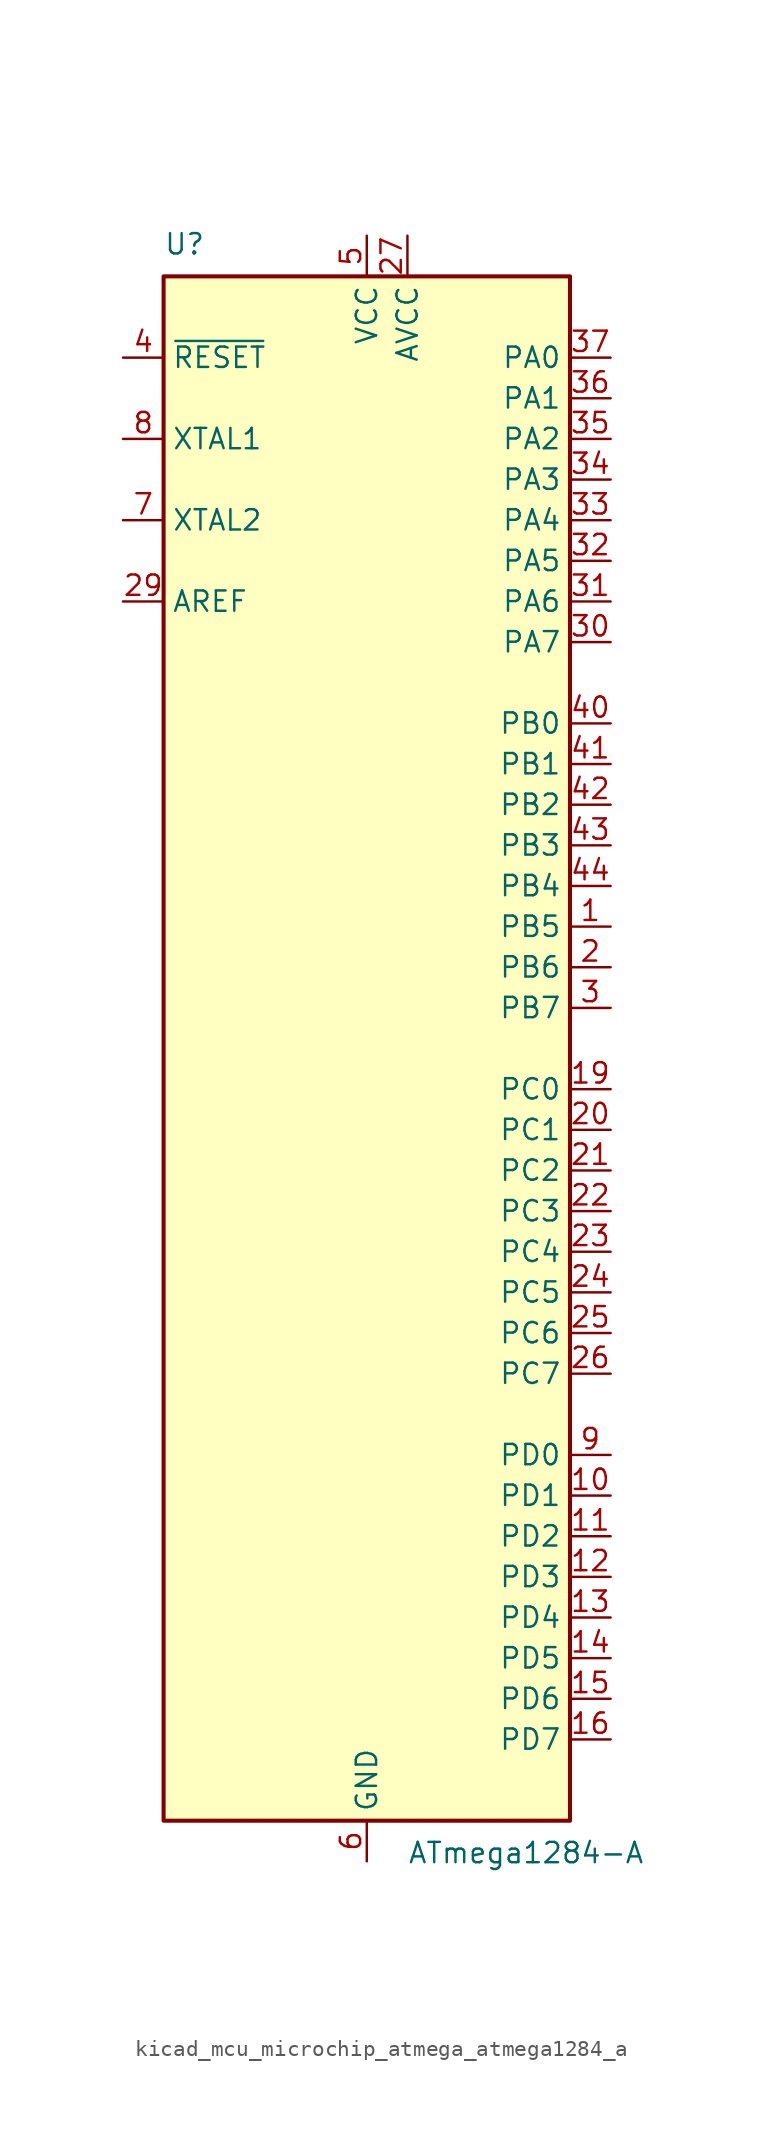
<source format=kicad_sym>
(kicad_symbol_lib
  (version 20220914)
  (generator kicad_symbol_editor)
  (symbol "kicad_mcu_microchip_atmega_atmega1284_a"
    (property "Reference" "U"
      (at -12.7 49.53 0)
      (effects (font (size 1.27 1.27)) (justify left bottom)))
    (property "Value" "ATmega1284-A"
      (at 2.54 -49.53 0)
      (effects (font (size 1.27 1.27)) (justify left top)))
    (symbol "kicad_mcu_microchip_atmega_atmega1284_a_0_1"
      (rectangle (start -12.7 -48.26) (end 12.7 48.26) (stroke (width 0.254) (type default)) (fill (type background))))
    (symbol "kicad_mcu_microchip_atmega_atmega1284_a_1_1"
      (pin bidirectional line (at 15.24 7.62 180) (length 2.54) (name "PB5" (effects (font (size 1.27 1.27)))) (number "1" (effects (font (size 1.27 1.27)))))
      (pin bidirectional line (at 15.24 -27.94 180) (length 2.54) (name "PD1" (effects (font (size 1.27 1.27)))) (number "10" (effects (font (size 1.27 1.27)))))
      (pin bidirectional line (at 15.24 -30.48 180) (length 2.54) (name "PD2" (effects (font (size 1.27 1.27)))) (number "11" (effects (font (size 1.27 1.27)))))
      (pin bidirectional line (at 15.24 -33.02 180) (length 2.54) (name "PD3" (effects (font (size 1.27 1.27)))) (number "12" (effects (font (size 1.27 1.27)))))
      (pin bidirectional line (at 15.24 -35.56 180) (length 2.54) (name "PD4" (effects (font (size 1.27 1.27)))) (number "13" (effects (font (size 1.27 1.27)))))
      (pin bidirectional line (at 15.24 -38.1 180) (length 2.54) (name "PD5" (effects (font (size 1.27 1.27)))) (number "14" (effects (font (size 1.27 1.27)))))
      (pin bidirectional line (at 15.24 -40.64 180) (length 2.54) (name "PD6" (effects (font (size 1.27 1.27)))) (number "15" (effects (font (size 1.27 1.27)))))
      (pin bidirectional line (at 15.24 -43.18 180) (length 2.54) (name "PD7" (effects (font (size 1.27 1.27)))) (number "16" (effects (font (size 1.27 1.27)))))
      (pin passive line (at 0 50.8 270) (length 2.54) hide (name "VCC" (effects (font (size 1.27 1.27)))) (number "17" (effects (font (size 1.27 1.27)))))
      (pin passive line (at 0 -50.8 90) (length 2.54) hide (name "GND" (effects (font (size 1.27 1.27)))) (number "18" (effects (font (size 1.27 1.27)))))
      (pin bidirectional line (at 15.24 -2.54 180) (length 2.54) (name "PC0" (effects (font (size 1.27 1.27)))) (number "19" (effects (font (size 1.27 1.27)))))
      (pin bidirectional line (at 15.24 5.08 180) (length 2.54) (name "PB6" (effects (font (size 1.27 1.27)))) (number "2" (effects (font (size 1.27 1.27)))))
      (pin bidirectional line (at 15.24 -5.08 180) (length 2.54) (name "PC1" (effects (font (size 1.27 1.27)))) (number "20" (effects (font (size 1.27 1.27)))))
      (pin bidirectional line (at 15.24 -7.62 180) (length 2.54) (name "PC2" (effects (font (size 1.27 1.27)))) (number "21" (effects (font (size 1.27 1.27)))))
      (pin bidirectional line (at 15.24 -10.16 180) (length 2.54) (name "PC3" (effects (font (size 1.27 1.27)))) (number "22" (effects (font (size 1.27 1.27)))))
      (pin bidirectional line (at 15.24 -12.7 180) (length 2.54) (name "PC4" (effects (font (size 1.27 1.27)))) (number "23" (effects (font (size 1.27 1.27)))))
      (pin bidirectional line (at 15.24 -15.24 180) (length 2.54) (name "PC5" (effects (font (size 1.27 1.27)))) (number "24" (effects (font (size 1.27 1.27)))))
      (pin bidirectional line (at 15.24 -17.78 180) (length 2.54) (name "PC6" (effects (font (size 1.27 1.27)))) (number "25" (effects (font (size 1.27 1.27)))))
      (pin bidirectional line (at 15.24 -20.32 180) (length 2.54) (name "PC7" (effects (font (size 1.27 1.27)))) (number "26" (effects (font (size 1.27 1.27)))))
      (pin power_in line (at 2.54 50.8 270) (length 2.54) (name "AVCC" (effects (font (size 1.27 1.27)))) (number "27" (effects (font (size 1.27 1.27)))))
      (pin passive line (at 0 -50.8 90) (length 2.54) hide (name "GND" (effects (font (size 1.27 1.27)))) (number "28" (effects (font (size 1.27 1.27)))))
      (pin passive line (at -15.24 27.94 0) (length 2.54) (name "AREF" (effects (font (size 1.27 1.27)))) (number "29" (effects (font (size 1.27 1.27)))))
      (pin bidirectional line (at 15.24 2.54 180) (length 2.54) (name "PB7" (effects (font (size 1.27 1.27)))) (number "3" (effects (font (size 1.27 1.27)))))
      (pin bidirectional line (at 15.24 25.4 180) (length 2.54) (name "PA7" (effects (font (size 1.27 1.27)))) (number "30" (effects (font (size 1.27 1.27)))))
      (pin bidirectional line (at 15.24 27.94 180) (length 2.54) (name "PA6" (effects (font (size 1.27 1.27)))) (number "31" (effects (font (size 1.27 1.27)))))
      (pin bidirectional line (at 15.24 30.48 180) (length 2.54) (name "PA5" (effects (font (size 1.27 1.27)))) (number "32" (effects (font (size 1.27 1.27)))))
      (pin bidirectional line (at 15.24 33.02 180) (length 2.54) (name "PA4" (effects (font (size 1.27 1.27)))) (number "33" (effects (font (size 1.27 1.27)))))
      (pin bidirectional line (at 15.24 35.56 180) (length 2.54) (name "PA3" (effects (font (size 1.27 1.27)))) (number "34" (effects (font (size 1.27 1.27)))))
      (pin bidirectional line (at 15.24 38.1 180) (length 2.54) (name "PA2" (effects (font (size 1.27 1.27)))) (number "35" (effects (font (size 1.27 1.27)))))
      (pin bidirectional line (at 15.24 40.64 180) (length 2.54) (name "PA1" (effects (font (size 1.27 1.27)))) (number "36" (effects (font (size 1.27 1.27)))))
      (pin bidirectional line (at 15.24 43.18 180) (length 2.54) (name "PA0" (effects (font (size 1.27 1.27)))) (number "37" (effects (font (size 1.27 1.27)))))
      (pin passive line (at 0 50.8 270) (length 2.54) hide (name "VCC" (effects (font (size 1.27 1.27)))) (number "38" (effects (font (size 1.27 1.27)))))
      (pin passive line (at 0 -50.8 90) (length 2.54) hide (name "GND" (effects (font (size 1.27 1.27)))) (number "39" (effects (font (size 1.27 1.27)))))
      (pin input line (at -15.24 43.18 0) (length 2.54) (name "~{RESET}" (effects (font (size 1.27 1.27)))) (number "4" (effects (font (size 1.27 1.27)))))
      (pin bidirectional line (at 15.24 20.32 180) (length 2.54) (name "PB0" (effects (font (size 1.27 1.27)))) (number "40" (effects (font (size 1.27 1.27)))))
      (pin bidirectional line (at 15.24 17.78 180) (length 2.54) (name "PB1" (effects (font (size 1.27 1.27)))) (number "41" (effects (font (size 1.27 1.27)))))
      (pin bidirectional line (at 15.24 15.24 180) (length 2.54) (name "PB2" (effects (font (size 1.27 1.27)))) (number "42" (effects (font (size 1.27 1.27)))))
      (pin bidirectional line (at 15.24 12.7 180) (length 2.54) (name "PB3" (effects (font (size 1.27 1.27)))) (number "43" (effects (font (size 1.27 1.27)))))
      (pin bidirectional line (at 15.24 10.16 180) (length 2.54) (name "PB4" (effects (font (size 1.27 1.27)))) (number "44" (effects (font (size 1.27 1.27)))))
      (pin power_in line (at 0 50.8 270) (length 2.54) (name "VCC" (effects (font (size 1.27 1.27)))) (number "5" (effects (font (size 1.27 1.27)))))
      (pin power_in line (at 0 -50.8 90) (length 2.54) (name "GND" (effects (font (size 1.27 1.27)))) (number "6" (effects (font (size 1.27 1.27)))))
      (pin output line (at -15.24 33.02 0) (length 2.54) (name "XTAL2" (effects (font (size 1.27 1.27)))) (number "7" (effects (font (size 1.27 1.27)))))
      (pin input line (at -15.24 38.1 0) (length 2.54) (name "XTAL1" (effects (font (size 1.27 1.27)))) (number "8" (effects (font (size 1.27 1.27)))))
      (pin bidirectional line (at 15.24 -25.4 180) (length 2.54) (name "PD0" (effects (font (size 1.27 1.27)))) (number "9" (effects (font (size 1.27 1.27))))))))
</source>
